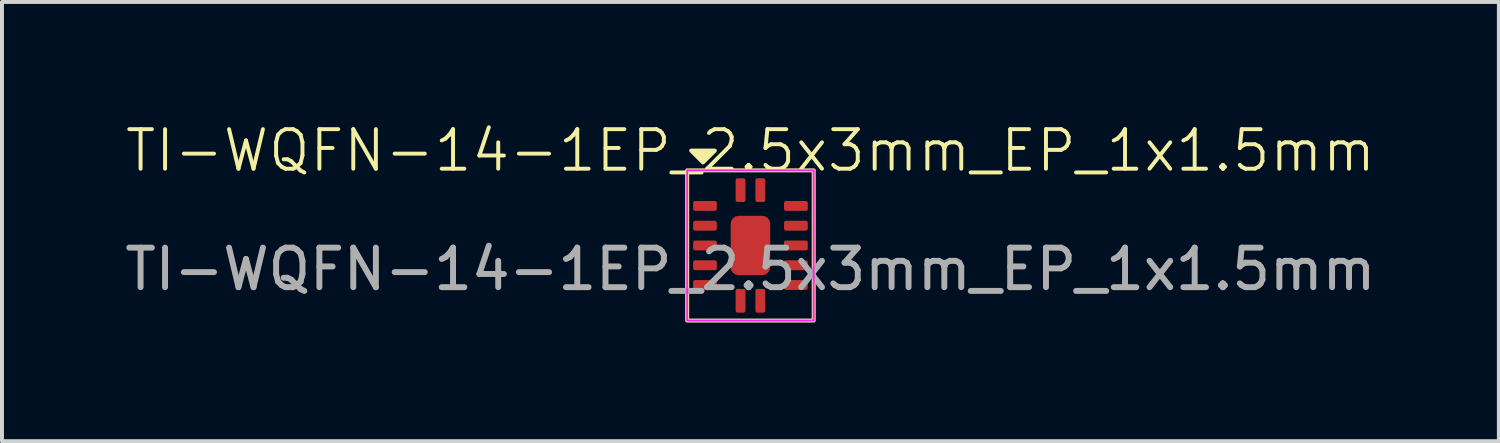
<source format=kicad_pcb>
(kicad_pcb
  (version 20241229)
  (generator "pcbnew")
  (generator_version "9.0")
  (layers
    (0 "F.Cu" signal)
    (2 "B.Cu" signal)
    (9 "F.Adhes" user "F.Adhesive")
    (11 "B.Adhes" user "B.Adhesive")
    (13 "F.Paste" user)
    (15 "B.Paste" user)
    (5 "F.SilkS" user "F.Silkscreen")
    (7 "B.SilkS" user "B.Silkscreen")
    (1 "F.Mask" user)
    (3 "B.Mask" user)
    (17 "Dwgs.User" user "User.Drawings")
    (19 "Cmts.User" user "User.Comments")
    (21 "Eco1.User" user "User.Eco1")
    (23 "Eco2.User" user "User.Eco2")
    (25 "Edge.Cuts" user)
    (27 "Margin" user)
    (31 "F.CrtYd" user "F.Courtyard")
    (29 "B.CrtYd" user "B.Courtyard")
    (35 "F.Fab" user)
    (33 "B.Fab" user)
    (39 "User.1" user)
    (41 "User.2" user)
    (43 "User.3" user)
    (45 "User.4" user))
  (footprint "TI-WQFN-14-1EP_2.5x3mm_EP_1x1.5mm"
    (layer "F.Cu")
    (at 15.935 3.16)
    (property "Reference" "TI-WQFN-14-1EP_2.5x3mm_EP_1x1.5mm" (at 0 -2.4 0) (unlocked yes) (layer "F.SilkS") (effects (font (size 1 1) (thickness 0.1))))
    (attr smd)
    (fp_rect (start -1.6 -1.9) (end 1.6 1.9) (stroke (width 0.1) (type default)) (fill no) (layer "F.SilkS"))
    (fp_poly (pts (xy -1.2 -2.1) (xy -1.5 -2.4) (xy -0.9 -2.4)) (stroke (width 0.1) (type solid)) (fill yes) (layer "F.SilkS"))
    (fp_rect (start -1.6 -1.9) (end 1.6 1.9) (stroke (width 0.05) (type default)) (fill no) (layer "F.CrtYd"))
    (fp_text user "${REFERENCE}" (at 0 0.6 0) (unlocked yes) (layer "F.Fab") (effects (font (size 1 1) (thickness 0.15))))
    (pad "1" smd roundrect (at -0.25 -1.4 90) (size 0.6 0.25) (layers "F.Cu" "F.Mask" "F.Paste") (roundrect_rratio 0.2))
    (pad "2" smd roundrect (at -1.15 -1) (size 0.6 0.25) (layers "F.Cu" "F.Mask" "F.Paste") (roundrect_rratio 0.2))
    (pad "3" smd roundrect (at -1.15 -0.5) (size 0.6 0.25) (layers "F.Cu" "F.Mask" "F.Paste") (roundrect_rratio 0.2))
    (pad "4" smd roundrect (at -1.15 0) (size 0.6 0.25) (layers "F.Cu" "F.Mask" "F.Paste") (roundrect_rratio 0.2))
    (pad "5" smd roundrect (at -1.15 0.5) (size 0.6 0.25) (layers "F.Cu" "F.Mask" "F.Paste") (roundrect_rratio 0.2))
    (pad "6" smd roundrect (at -1.15 1) (size 0.6 0.25) (layers "F.Cu" "F.Mask" "F.Paste") (roundrect_rratio 0.2))
    (pad "7" smd roundrect (at -0.25 1.4 90) (size 0.6 0.25) (layers "F.Cu" "F.Mask" "F.Paste") (roundrect_rratio 0.2))
    (pad "8" smd roundrect (at 0.25 1.4 90) (size 0.6 0.25) (layers "F.Cu" "F.Mask" "F.Paste") (roundrect_rratio 0.2))
    (pad "9" smd roundrect (at 1.15 1) (size 0.6 0.25) (layers "F.Cu" "F.Mask" "F.Paste") (roundrect_rratio 0.2))
    (pad "10" smd roundrect (at 1.15 0.5) (size 0.6 0.25) (layers "F.Cu" "F.Mask" "F.Paste") (roundrect_rratio 0.2))
    (pad "11" smd roundrect (at 1.15 0) (size 0.6 0.25) (layers "F.Cu" "F.Mask" "F.Paste") (roundrect_rratio 0.2))
    (pad "12" smd roundrect (at 1.15 -0.5) (size 0.6 0.25) (layers "F.Cu" "F.Mask" "F.Paste") (roundrect_rratio 0.2))
    (pad "13" smd roundrect (at 1.15 -1) (size 0.6 0.25) (layers "F.Cu" "F.Mask" "F.Paste") (roundrect_rratio 0.2))
    (pad "14" smd roundrect (at 0.25 -1.4 90) (size 0.6 0.25) (layers "F.Cu" "F.Mask" "F.Paste") (roundrect_rratio 0.2))
    (pad "EP" smd roundrect (at 0 0) (size 1 1.5) (layers "F.Cu" "F.Mask" "F.Paste") (roundrect_rratio 0.2)))
  (gr_rect
    (start -3 -3)
    (end 34.869 8.111)
    (stroke (width 0.1) (type default))
    (fill no)
    (layer "Edge.Cuts")))
</source>
